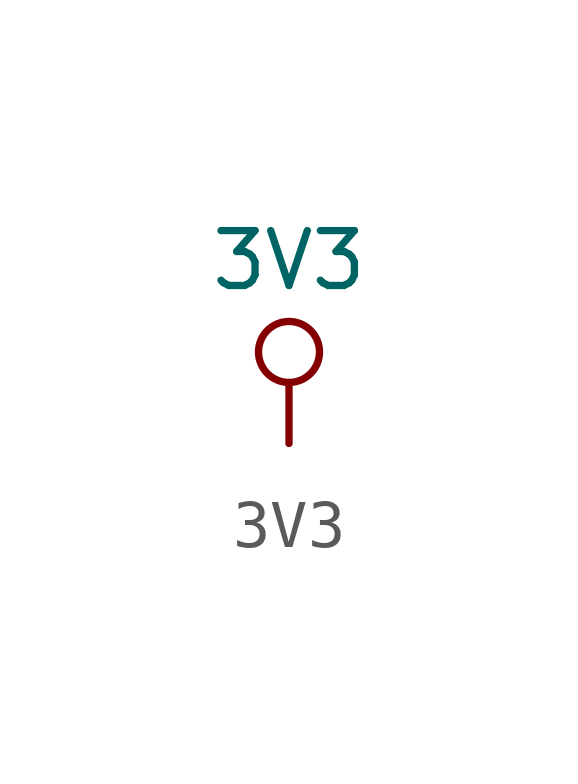
<source format=kicad_sym>
(kicad_symbol_lib
  (version 20211014)
  (generator kicad_symbol_editor)
  (symbol "3V3"
    (power)
    (pin_names
      (offset 0))
    (property "Reference" "#PWR"
      (at 0 -3.81 0)
      (effects (font (size 1.27 1.27)) hide))
    (property "Value" "3V3"
      (at 0 3.81 0)
      (effects (font (size 1.143 1.143))))
    (property "Footprint" ""
      (at 0 0 0)
      (effects (font (size 1.27 1.27))))
    (property "Datasheet" ""
      (at 0 0 0)
      (effects (font (size 1.27 1.27))))
    (symbol "3V3_0_1"
      (polyline (pts (xy 0 0) (xy 0 1.27)) (stroke (width 0) (type default) (color 0 0 0 0)) (fill (type none)))
      (circle (center 0 1.905) (radius 0.635) (stroke (width 0) (type default) (color 0 0 0 0)) (fill (type none))))
    (symbol "3V3_1_1"
      (pin power_in line (at 0 0 90) (length 0) hide (name "3V3" (effects (font (size 1.27 1.27)))) (number "1" (effects (font (size 1.27 1.27))))))))
</source>
